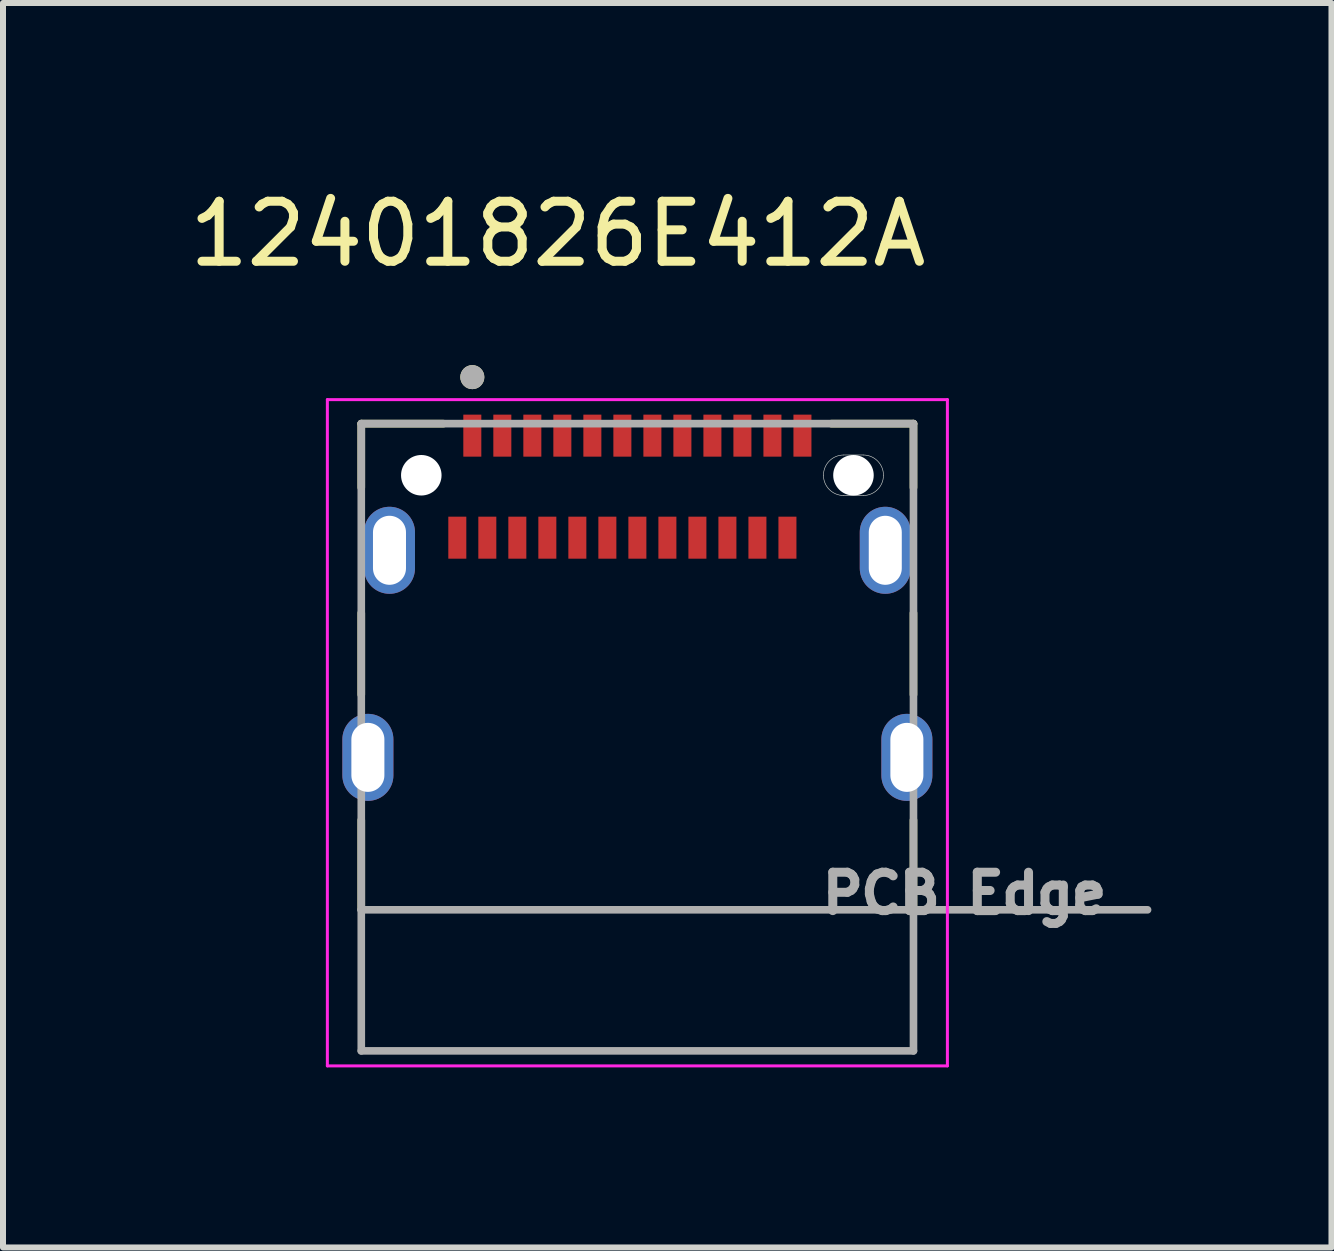
<source format=kicad_pcb>
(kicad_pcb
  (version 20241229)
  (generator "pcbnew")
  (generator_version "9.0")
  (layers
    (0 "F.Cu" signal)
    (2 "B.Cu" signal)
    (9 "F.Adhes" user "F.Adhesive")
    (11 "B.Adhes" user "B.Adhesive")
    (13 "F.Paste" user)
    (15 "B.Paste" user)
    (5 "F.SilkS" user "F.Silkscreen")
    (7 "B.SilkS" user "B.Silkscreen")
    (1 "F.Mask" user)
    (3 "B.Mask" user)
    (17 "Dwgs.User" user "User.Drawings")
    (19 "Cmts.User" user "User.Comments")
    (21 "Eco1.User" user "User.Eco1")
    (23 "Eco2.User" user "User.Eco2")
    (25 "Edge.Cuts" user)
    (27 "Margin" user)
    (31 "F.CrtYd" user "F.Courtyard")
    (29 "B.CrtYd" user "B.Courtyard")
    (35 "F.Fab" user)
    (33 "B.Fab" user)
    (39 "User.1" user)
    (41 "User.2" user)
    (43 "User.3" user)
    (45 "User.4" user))
  (footprint "12401826E412A"
    (layer "F.Cu")
    (at 7.569 8.458)
    (property "Reference" "12401826E412A" (at -1.325 -7.61 0) (layer "F.SilkS") (effects (font (size 1 1) (thickness 0.15))))
    (attr smd)
    (fp_poly (pts (xy -3.2 -2.95) (xy -2.8 -2.95) (xy -2.8 -2.15) (xy -3.2 -2.15)) (stroke (width 0.01) (type solid)) (fill yes) (layer "F.Mask"))
    (fp_poly (pts (xy -2.95 -4.65) (xy -2.55 -4.65) (xy -2.55 -3.85) (xy -2.95 -3.85)) (stroke (width 0.01) (type solid)) (fill yes) (layer "F.Mask"))
    (fp_poly (pts (xy -2.7 -2.95) (xy -2.3 -2.95) (xy -2.3 -2.15) (xy -2.7 -2.15)) (stroke (width 0.01) (type solid)) (fill yes) (layer "F.Mask"))
    (fp_poly (pts (xy -2.45 -4.65) (xy -2.05 -4.65) (xy -2.05 -3.85) (xy -2.45 -3.85)) (stroke (width 0.01) (type solid)) (fill yes) (layer "F.Mask"))
    (fp_poly (pts (xy -2.2 -2.95) (xy -1.8 -2.95) (xy -1.8 -2.15) (xy -2.2 -2.15)) (stroke (width 0.01) (type solid)) (fill yes) (layer "F.Mask"))
    (fp_poly (pts (xy -1.95 -4.65) (xy -1.55 -4.65) (xy -1.55 -3.85) (xy -1.95 -3.85)) (stroke (width 0.01) (type solid)) (fill yes) (layer "F.Mask"))
    (fp_poly (pts (xy -1.7 -2.95) (xy -1.3 -2.95) (xy -1.3 -2.15) (xy -1.7 -2.15)) (stroke (width 0.01) (type solid)) (fill yes) (layer "F.Mask"))
    (fp_poly (pts (xy -1.45 -4.65) (xy -1.05 -4.65) (xy -1.05 -3.85) (xy -1.45 -3.85)) (stroke (width 0.01) (type solid)) (fill yes) (layer "F.Mask"))
    (fp_poly (pts (xy -1.2 -2.95) (xy -0.8 -2.95) (xy -0.8 -2.15) (xy -1.2 -2.15)) (stroke (width 0.01) (type solid)) (fill yes) (layer "F.Mask"))
    (fp_poly (pts (xy -0.95 -4.65) (xy -0.55 -4.65) (xy -0.55 -3.85) (xy -0.95 -3.85)) (stroke (width 0.01) (type solid)) (fill yes) (layer "F.Mask"))
    (fp_poly (pts (xy -0.7 -2.95) (xy -0.3 -2.95) (xy -0.3 -2.15) (xy -0.7 -2.15)) (stroke (width 0.01) (type solid)) (fill yes) (layer "F.Mask"))
    (fp_poly (pts (xy -0.45 -4.65) (xy -0.05 -4.65) (xy -0.05 -3.85) (xy -0.45 -3.85)) (stroke (width 0.01) (type solid)) (fill yes) (layer "F.Mask"))
    (fp_poly (pts (xy -0.2 -2.95) (xy 0.2 -2.95) (xy 0.2 -2.15) (xy -0.2 -2.15)) (stroke (width 0.01) (type solid)) (fill yes) (layer "F.Mask"))
    (fp_poly (pts (xy 0.05 -4.65) (xy 0.45 -4.65) (xy 0.45 -3.85) (xy 0.05 -3.85)) (stroke (width 0.01) (type solid)) (fill yes) (layer "F.Mask"))
    (fp_poly (pts (xy 0.3 -2.95) (xy 0.7 -2.95) (xy 0.7 -2.15) (xy 0.3 -2.15)) (stroke (width 0.01) (type solid)) (fill yes) (layer "F.Mask"))
    (fp_poly (pts (xy 0.55 -4.65) (xy 0.95 -4.65) (xy 0.95 -3.85) (xy 0.55 -3.85)) (stroke (width 0.01) (type solid)) (fill yes) (layer "F.Mask"))
    (fp_poly (pts (xy 0.8 -2.95) (xy 1.2 -2.95) (xy 1.2 -2.15) (xy 0.8 -2.15)) (stroke (width 0.01) (type solid)) (fill yes) (layer "F.Mask"))
    (fp_poly (pts (xy 1.05 -4.65) (xy 1.45 -4.65) (xy 1.45 -3.85) (xy 1.05 -3.85)) (stroke (width 0.01) (type solid)) (fill yes) (layer "F.Mask"))
    (fp_poly (pts (xy 1.3 -2.95) (xy 1.7 -2.95) (xy 1.7 -2.15) (xy 1.3 -2.15)) (stroke (width 0.01) (type solid)) (fill yes) (layer "F.Mask"))
    (fp_poly (pts (xy 1.55 -4.65) (xy 1.95 -4.65) (xy 1.95 -3.85) (xy 1.55 -3.85)) (stroke (width 0.01) (type solid)) (fill yes) (layer "F.Mask"))
    (fp_poly (pts (xy 1.8 -2.95) (xy 2.2 -2.95) (xy 2.2 -2.15) (xy 1.8 -2.15)) (stroke (width 0.01) (type solid)) (fill yes) (layer "F.Mask"))
    (fp_poly (pts (xy 2.05 -4.65) (xy 2.45 -4.65) (xy 2.45 -3.85) (xy 2.05 -3.85)) (stroke (width 0.01) (type solid)) (fill yes) (layer "F.Mask"))
    (fp_poly (pts (xy 2.3 -2.95) (xy 2.7 -2.95) (xy 2.7 -2.15) (xy 2.3 -2.15)) (stroke (width 0.01) (type solid)) (fill yes) (layer "F.Mask"))
    (fp_poly (pts (xy 2.55 -4.65) (xy 2.95 -4.65) (xy 2.95 -3.85) (xy 2.55 -3.85)) (stroke (width 0.01) (type solid)) (fill yes) (layer "F.Mask"))
    (fp_poly (pts (xy 3.438 -3.152) (xy 3.415 -3.153) (xy 3.392 -3.155) (xy 3.369 -3.158) (xy 3.347 -3.162) (xy 3.324 -3.167) (xy 3.302 -3.174) (xy 3.281 -3.182) (xy 3.26 -3.19) (xy 3.239 -3.2) (xy 3.219 -3.211) (xy 3.199 -3.223) (xy 3.18 -3.236) (xy 3.162 -3.25) (xy 3.145 -3.265) (xy 3.128 -3.281) (xy 3.112 -3.297) (xy 3.097 -3.315) (xy 3.084 -3.333) (xy 3.071 -3.352) (xy 3.059 -3.371) (xy 3.048 -3.391) (xy 3.038 -3.412) (xy 3.029 -3.433) (xy 3.021 -3.455) (xy 3.015 -3.477) (xy 3.01 -3.499) (xy 3.005 -3.522) (xy 3.002 -3.544) (xy 3.001 -3.567) (xy 3 -3.59) (xy 3.001 -3.613) (xy 3.002 -3.636) (xy 3.005 -3.658) (xy 3.01 -3.681) (xy 3.015 -3.703) (xy 3.021 -3.725) (xy 3.029 -3.747) (xy 3.038 -3.768) (xy 3.048 -3.789) (xy 3.059 -3.809) (xy 3.071 -3.828) (xy 3.084 -3.847) (xy 3.097 -3.865) (xy 3.112 -3.883) (xy 3.128 -3.899) (xy 3.145 -3.915) (xy 3.162 -3.93) (xy 3.18 -3.944) (xy 3.199 -3.957) (xy 3.219 -3.969) (xy 3.239 -3.98) (xy 3.26 -3.99) (xy 3.281 -3.998) (xy 3.302 -4.006) (xy 3.324 -4.013) (xy 3.347 -4.018) (xy 3.369 -4.022) (xy 3.392 -4.025) (xy 3.415 -4.027) (xy 3.438 -4.027) (xy 3.763 -4.027) (xy 3.785 -4.027) (xy 3.808 -4.025) (xy 3.831 -4.022) (xy 3.853 -4.018) (xy 3.876 -4.013) (xy 3.898 -4.006) (xy 3.919 -3.998) (xy 3.94 -3.99) (xy 3.961 -3.98) (xy 3.981 -3.969) (xy 4.001 -3.957) (xy 4.02 -3.944) (xy 4.038 -3.93) (xy 4.055 -3.915) (xy 4.072 -3.899) (xy 4.088 -3.883) (xy 4.103 -3.865) (xy 4.116 -3.847) (xy 4.129 -3.828) (xy 4.141 -3.809) (xy 4.152 -3.789) (xy 4.162 -3.768) (xy 4.171 -3.747) (xy 4.179 -3.725) (xy 4.185 -3.703) (xy 4.19 -3.681) (xy 4.195 -3.658) (xy 4.198 -3.636) (xy 4.199 -3.613) (xy 4.2 -3.59) (xy 4.199 -3.567) (xy 4.198 -3.544) (xy 4.195 -3.522) (xy 4.19 -3.499) (xy 4.185 -3.477) (xy 4.179 -3.455) (xy 4.171 -3.433) (xy 4.162 -3.412) (xy 4.152 -3.391) (xy 4.141 -3.371) (xy 4.129 -3.352) (xy 4.116 -3.333) (xy 4.103 -3.315) (xy 4.088 -3.297) (xy 4.072 -3.281) (xy 4.055 -3.265) (xy 4.038 -3.25) (xy 4.02 -3.236) (xy 4.001 -3.223) (xy 3.981 -3.211) (xy 3.961 -3.2) (xy 3.94 -3.19) (xy 3.919 -3.182) (xy 3.898 -3.174) (xy 3.876 -3.167) (xy 3.853 -3.162) (xy 3.831 -3.158) (xy 3.808 -3.155) (xy 3.785 -3.153) (xy 3.763 -3.152) (xy 3.438 -3.152) (xy 3.438 -3.152)) (stroke (width 0.01) (type solid)) (fill yes) (layer "F.Mask"))
    (fp_poly (pts (xy 3.763 -3.152) (xy 3.785 -3.153) (xy 3.808 -3.155) (xy 3.831 -3.158) (xy 3.853 -3.162) (xy 3.876 -3.167) (xy 3.898 -3.174) (xy 3.919 -3.182) (xy 3.94 -3.19) (xy 3.961 -3.2) (xy 3.981 -3.211) (xy 4.001 -3.223) (xy 4.02 -3.236) (xy 4.038 -3.25) (xy 4.055 -3.265) (xy 4.072 -3.281) (xy 4.088 -3.297) (xy 4.103 -3.315) (xy 4.116 -3.333) (xy 4.129 -3.352) (xy 4.141 -3.371) (xy 4.152 -3.391) (xy 4.162 -3.412) (xy 4.171 -3.433) (xy 4.179 -3.455) (xy 4.185 -3.477) (xy 4.19 -3.499) (xy 4.195 -3.522) (xy 4.198 -3.544) (xy 4.199 -3.567) (xy 4.2 -3.59) (xy 4.199 -3.613) (xy 4.198 -3.636) (xy 4.195 -3.658) (xy 4.19 -3.681) (xy 4.185 -3.703) (xy 4.179 -3.725) (xy 4.171 -3.747) (xy 4.162 -3.768) (xy 4.152 -3.789) (xy 4.141 -3.809) (xy 4.129 -3.828) (xy 4.116 -3.847) (xy 4.103 -3.865) (xy 4.088 -3.883) (xy 4.072 -3.899) (xy 4.055 -3.915) (xy 4.038 -3.93) (xy 4.02 -3.944) (xy 4.001 -3.957) (xy 3.981 -3.969) (xy 3.961 -3.98) (xy 3.94 -3.99) (xy 3.919 -3.998) (xy 3.898 -4.006) (xy 3.876 -4.013) (xy 3.853 -4.018) (xy 3.831 -4.022) (xy 3.808 -4.025) (xy 3.785 -4.027) (xy 3.763 -4.027) (xy 3.438 -4.027) (xy 3.415 -4.027) (xy 3.392 -4.025) (xy 3.369 -4.022) (xy 3.347 -4.018) (xy 3.324 -4.013) (xy 3.302 -4.006) (xy 3.281 -3.998) (xy 3.26 -3.99) (xy 3.239 -3.98) (xy 3.219 -3.969) (xy 3.199 -3.957) (xy 3.18 -3.944) (xy 3.162 -3.93) (xy 3.145 -3.915) (xy 3.128 -3.899) (xy 3.112 -3.883) (xy 3.097 -3.865) (xy 3.084 -3.847) (xy 3.071 -3.828) (xy 3.059 -3.809) (xy 3.048 -3.789) (xy 3.038 -3.768) (xy 3.029 -3.747) (xy 3.021 -3.725) (xy 3.015 -3.703) (xy 3.01 -3.681) (xy 3.005 -3.658) (xy 3.002 -3.636) (xy 3.001 -3.613) (xy 3 -3.59) (xy 3.001 -3.567) (xy 3.002 -3.544) (xy 3.005 -3.522) (xy 3.01 -3.499) (xy 3.015 -3.477) (xy 3.021 -3.455) (xy 3.029 -3.433) (xy 3.038 -3.412) (xy 3.048 -3.391) (xy 3.059 -3.371) (xy 3.071 -3.352) (xy 3.084 -3.333) (xy 3.097 -3.315) (xy 3.112 -3.297) (xy 3.128 -3.281) (xy 3.145 -3.265) (xy 3.162 -3.25) (xy 3.18 -3.236) (xy 3.199 -3.223) (xy 3.219 -3.211) (xy 3.239 -3.2) (xy 3.26 -3.19) (xy 3.281 -3.182) (xy 3.302 -3.174) (xy 3.324 -3.167) (xy 3.347 -3.162) (xy 3.369 -3.158) (xy 3.392 -3.155) (xy 3.415 -3.153) (xy 3.438 -3.152) (xy 3.763 -3.152) (xy 3.763 -3.152)) (stroke (width 0.01) (type solid)) (fill yes) (layer "B.Mask"))
    (fp_line (start -4.6 -4.45) (end -3.23 -4.45) (stroke (width 0.127) (type solid)) (layer "F.SilkS"))
    (fp_line (start -4.6 -3.385) (end -4.6 -4.45) (stroke (width 0.127) (type solid)) (layer "F.SilkS"))
    (fp_line (start -4.6 0.065) (end -4.6 -1.295) (stroke (width 0.127) (type solid)) (layer "F.SilkS"))
    (fp_line (start -4.6 3.65) (end -4.6 2.155) (stroke (width 0.127) (type solid)) (layer "F.SilkS"))
    (fp_line (start 4.6 -4.45) (end 3.23 -4.45) (stroke (width 0.127) (type solid)) (layer "F.SilkS"))
    (fp_line (start 4.6 -3.385) (end 4.6 -4.45) (stroke (width 0.127) (type solid)) (layer "F.SilkS"))
    (fp_line (start 4.6 0.065) (end 4.6 -1.295) (stroke (width 0.127) (type solid)) (layer "F.SilkS"))
    (fp_line (start 4.6 3.65) (end 4.6 2.155) (stroke (width 0.127) (type solid)) (layer "F.SilkS"))
    (fp_circle (center -2.75 -5.225) (end -2.65 -5.225) (stroke (width 0.2) (type solid)) (fill no) (layer "F.SilkS"))
    (fp_line (start 3.438 -3.928) (end 3.763 -3.928) (stroke (width 0.01) (type solid)) (layer "Edge.Cuts"))
    (fp_line (start 3.763 -3.252) (end 3.438 -3.252) (stroke (width 0.01) (type solid)) (layer "Edge.Cuts"))
    (fp_arc (start 3.1 -3.59) (mid 3.198851 -3.828649) (end 3.4375 -3.9275) (stroke (width 0.01) (type solid)) (layer "Edge.Cuts"))
    (fp_arc (start 3.4375 -3.2525) (mid 3.198851 -3.351351) (end 3.1 -3.59) (stroke (width 0.01) (type solid)) (layer "Edge.Cuts"))
    (fp_arc (start 3.7625 -3.9275) (mid 4.001149 -3.828649) (end 4.1 -3.59) (stroke (width 0.01) (type solid)) (layer "Edge.Cuts"))
    (fp_arc (start 4.1 -3.59) (mid 4.001149 -3.351351) (end 3.7625 -3.2525) (stroke (width 0.01) (type solid)) (layer "Edge.Cuts"))
    (fp_line (start -5.165 -4.85) (end -5.165 6.25) (stroke (width 0.05) (type solid)) (layer "F.CrtYd"))
    (fp_line (start -5.165 6.25) (end 5.165 6.25) (stroke (width 0.05) (type solid)) (layer "F.CrtYd"))
    (fp_line (start 5.165 -4.85) (end -5.165 -4.85) (stroke (width 0.05) (type solid)) (layer "F.CrtYd"))
    (fp_line (start 5.165 6.25) (end 5.165 -4.85) (stroke (width 0.05) (type solid)) (layer "F.CrtYd"))
    (fp_line (start -4.6 -4.45) (end 4.6 -4.45) (stroke (width 0.127) (type solid)) (layer "F.Fab"))
    (fp_line (start -4.6 3.65) (end -4.6 -4.45) (stroke (width 0.127) (type solid)) (layer "F.Fab"))
    (fp_line (start -4.6 3.65) (end 8.5 3.65) (stroke (width 0.127) (type solid)) (layer "F.Fab"))
    (fp_line (start -4.6 6) (end -4.6 3.65) (stroke (width 0.127) (type solid)) (layer "F.Fab"))
    (fp_line (start 4.6 -4.45) (end 4.6 6) (stroke (width 0.127) (type solid)) (layer "F.Fab"))
    (fp_line (start 4.6 6) (end -4.6 6) (stroke (width 0.127) (type solid)) (layer "F.Fab"))
    (fp_circle (center -2.75 -5.225) (end -2.65 -5.225) (stroke (width 0.2) (type solid)) (fill no) (layer "F.Fab"))
    (fp_text user "PCB Edge" (at 5.45 3.375 0) (layer "F.Fab") (effects (font (size 0.64 0.64) (thickness 0.15))))
    (pad "" np_thru_hole circle (at -3.6 -3.59) (size 0.675 0.675) (drill 0.675) (layers "*.Cu" "*.Mask"))
    (pad "" np_thru_hole circle (at 3.6 -3.59) (size 0.675 0.675) (drill 0.675) (layers "*.Cu" "*.Mask"))
    (pad "A1" smd rect (at -2.75 -4.25) (size 0.3 0.7) (layers "F.Cu" "F.Paste"))
    (pad "A2" smd rect (at -2.25 -4.25) (size 0.3 0.7) (layers "F.Cu" "F.Paste"))
    (pad "A3" smd rect (at -1.75 -4.25) (size 0.3 0.7) (layers "F.Cu" "F.Paste"))
    (pad "A4" smd rect (at -1.25 -4.25) (size 0.3 0.7) (layers "F.Cu" "F.Paste"))
    (pad "A5" smd rect (at -0.75 -4.25) (size 0.3 0.7) (layers "F.Cu" "F.Paste"))
    (pad "A6" smd rect (at -0.25 -4.25) (size 0.3 0.7) (layers "F.Cu" "F.Paste"))
    (pad "A7" smd rect (at 0.25 -4.25) (size 0.3 0.7) (layers "F.Cu" "F.Paste"))
    (pad "A8" smd rect (at 0.75 -4.25) (size 0.3 0.7) (layers "F.Cu" "F.Paste"))
    (pad "A9" smd rect (at 1.25 -4.25) (size 0.3 0.7) (layers "F.Cu" "F.Paste"))
    (pad "A10" smd rect (at 1.75 -4.25) (size 0.3 0.7) (layers "F.Cu" "F.Paste"))
    (pad "A11" smd rect (at 2.25 -4.25) (size 0.3 0.7) (layers "F.Cu" "F.Paste"))
    (pad "A12" smd rect (at 2.75 -4.25) (size 0.3 0.7) (layers "F.Cu" "F.Paste"))
    (pad "B1" smd rect (at 2.5 -2.55) (size 0.3 0.7) (layers "F.Cu" "F.Paste"))
    (pad "B2" smd rect (at 2 -2.55) (size 0.3 0.7) (layers "F.Cu" "F.Paste"))
    (pad "B3" smd rect (at 1.5 -2.55) (size 0.3 0.7) (layers "F.Cu" "F.Paste"))
    (pad "B4" smd rect (at 1 -2.55) (size 0.3 0.7) (layers "F.Cu" "F.Paste"))
    (pad "B5" smd rect (at 0.5 -2.55) (size 0.3 0.7) (layers "F.Cu" "F.Paste"))
    (pad "B6" smd rect (at 0 -2.55) (size 0.3 0.7) (layers "F.Cu" "F.Paste"))
    (pad "B7" smd rect (at -0.5 -2.55) (size 0.3 0.7) (layers "F.Cu" "F.Paste"))
    (pad "B8" smd rect (at -1 -2.55) (size 0.3 0.7) (layers "F.Cu" "F.Paste"))
    (pad "B9" smd rect (at -1.5 -2.55) (size 0.3 0.7) (layers "F.Cu" "F.Paste"))
    (pad "B10" smd rect (at -2 -2.55) (size 0.3 0.7) (layers "F.Cu" "F.Paste"))
    (pad "B11" smd rect (at -2.5 -2.55) (size 0.3 0.7) (layers "F.Cu" "F.Paste"))
    (pad "B12" smd rect (at -3 -2.55) (size 0.3 0.7) (layers "F.Cu" "F.Paste"))
    (pad "SH1" thru_hole oval (at -4.49 1.11) (size 0.85 1.45) (drill oval 0.55 1.15) (layers "*.Cu" "*.Mask"))
    (pad "SH2" thru_hole oval (at 4.49 1.11) (size 0.85 1.45) (drill oval 0.55 1.15) (layers "*.Cu" "*.Mask"))
    (pad "SH3" thru_hole oval (at -4.13 -2.34) (size 0.85 1.45) (drill oval 0.55 1.15) (layers "*.Cu" "*.Mask"))
    (pad "SH4" thru_hole oval (at 4.13 -2.34) (size 0.85 1.45) (drill oval 0.55 1.15) (layers "*.Cu" "*.Mask"))
    (zone (net_name "") (layer "F.Cu") (hatch full 0.508) (connect_pads) (min_thickness 0.01) (filled_areas_thickness no) (keepout (tracks not_allowed) (vias not_allowed) (pads not_allowed) (copperpour not_allowed) (footprints allowed)) (placement (enabled no)) (fill) (polygon (pts (xy 3.819 6.818) (xy 11.319 6.818) (xy 11.319 12.108) (xy 3.819 12.108))))
    (zone (net_name "") (layers "F.Cu" "B.Cu") (hatch full 0.508) (connect_pads) (min_thickness 0.01) (filled_areas_thickness no) (keepout (tracks allowed) (vias not_allowed) (pads allowed) (copperpour allowed) (footprints allowed)) (placement (enabled no)) (fill) (polygon (pts (xy 3.819 6.818) (xy 11.319 6.818) (xy 11.319 12.108) (xy 3.819 12.108)))))
  (gr_rect
    (start -3 -3)
    (end 19.133 17.733)
    (stroke (width 0.1) (type default))
    (fill no)
    (layer "Edge.Cuts")))
</source>
